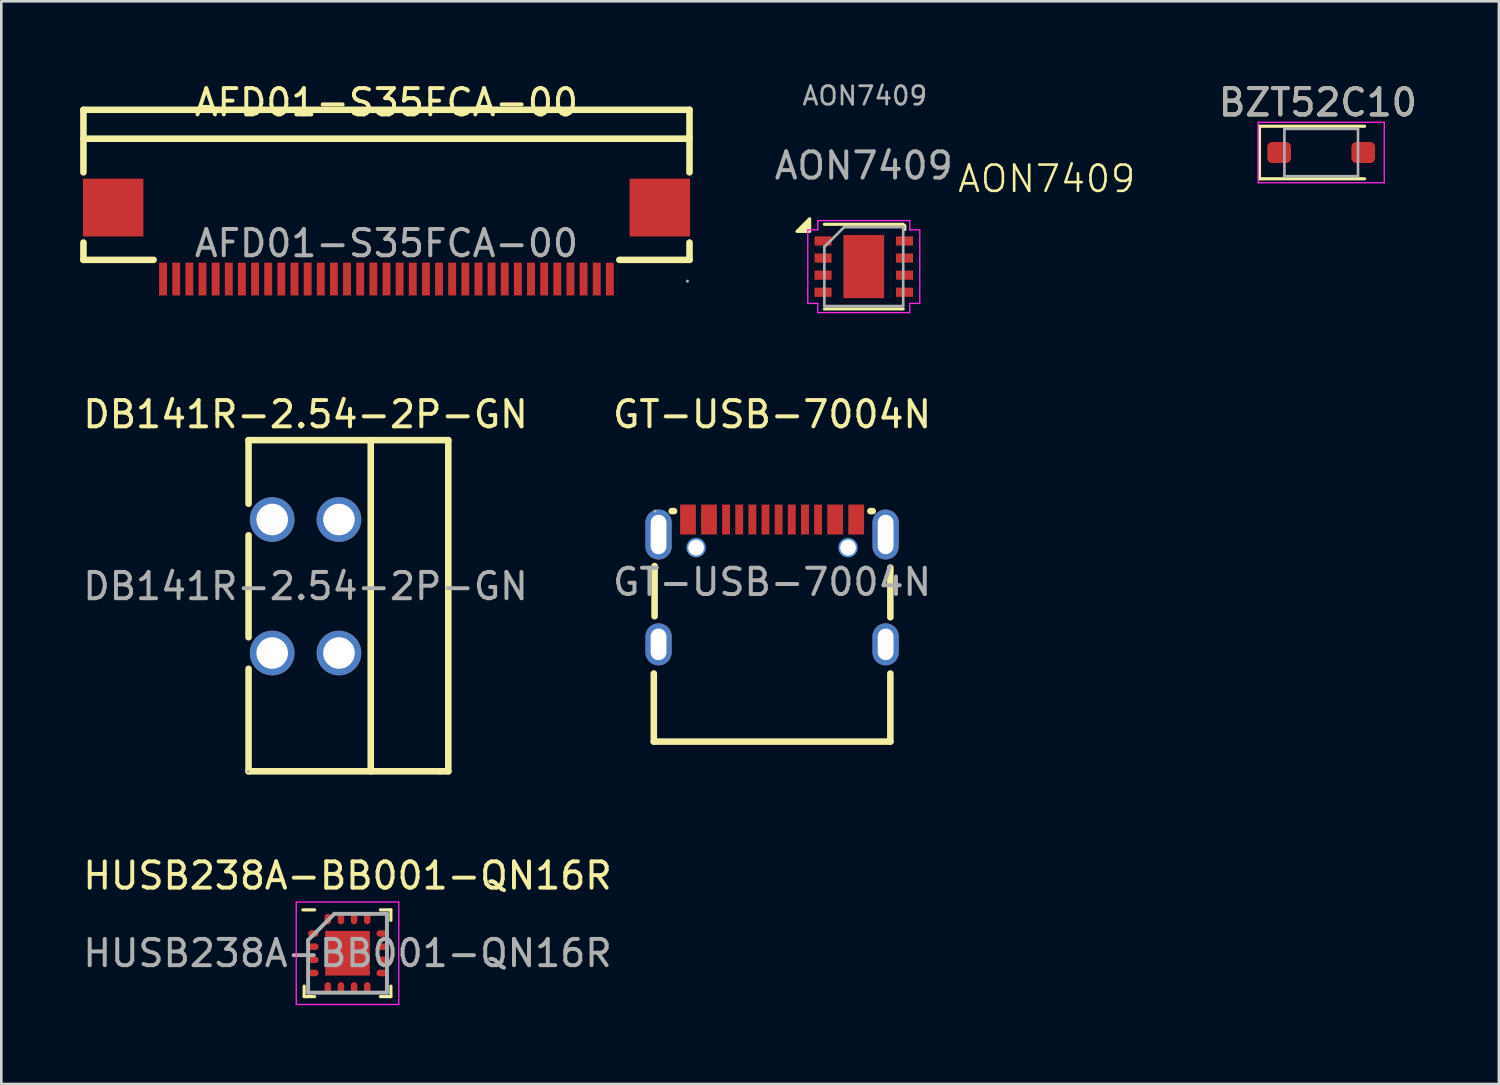
<source format=kicad_pcb>
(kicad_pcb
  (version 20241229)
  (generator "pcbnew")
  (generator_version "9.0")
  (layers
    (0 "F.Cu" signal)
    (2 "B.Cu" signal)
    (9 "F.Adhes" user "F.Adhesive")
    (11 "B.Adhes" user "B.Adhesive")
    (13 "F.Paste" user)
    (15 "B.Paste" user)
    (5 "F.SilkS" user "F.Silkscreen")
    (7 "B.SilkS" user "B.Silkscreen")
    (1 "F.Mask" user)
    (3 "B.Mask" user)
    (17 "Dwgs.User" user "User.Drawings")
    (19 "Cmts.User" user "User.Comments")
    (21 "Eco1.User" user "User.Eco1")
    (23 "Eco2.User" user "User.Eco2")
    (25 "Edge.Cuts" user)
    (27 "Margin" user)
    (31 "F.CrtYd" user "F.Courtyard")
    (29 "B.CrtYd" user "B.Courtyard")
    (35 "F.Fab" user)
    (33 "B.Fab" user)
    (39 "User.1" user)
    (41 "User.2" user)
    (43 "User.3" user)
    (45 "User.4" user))
  (footprint "HUSB238A-BB001-QN16R"
    (layer "F.Cu")
    (at 10.173 33.22)
    (property "Reference" "HUSB238A-BB001-QN16R" (at 0 -2.95 0) (layer "F.SilkS") (effects (font (size 1 1) (thickness 0.15))))
    (attr smd)
    (fp_line (start -1.65 1.65) (end -1.65 1.25) (stroke (width 0.12) (type default)) (layer "F.SilkS"))
    (fp_line (start -1.25 -1.65) (end -1.7 -1.65) (stroke (width 0.12) (type default)) (layer "F.SilkS"))
    (fp_line (start -1.25 1.65) (end -1.65 1.65) (stroke (width 0.12) (type default)) (layer "F.SilkS"))
    (fp_line (start 1.25 -1.65) (end 1.65 -1.65) (stroke (width 0.12) (type default)) (layer "F.SilkS"))
    (fp_line (start 1.25 1.65) (end 1.65 1.65) (stroke (width 0.12) (type default)) (layer "F.SilkS"))
    (fp_line (start 1.65 -1.65) (end 1.65 -1.25) (stroke (width 0.12) (type default)) (layer "F.SilkS"))
    (fp_line (start 1.65 1.65) (end 1.65 1.25) (stroke (width 0.12) (type default)) (layer "F.SilkS"))
    (fp_line (start -1.95 -1.95) (end 1.95 -1.95) (stroke (width 0.05) (type default)) (layer "F.CrtYd"))
    (fp_line (start -1.95 1.95) (end -1.95 -1.95) (stroke (width 0.05) (type default)) (layer "F.CrtYd"))
    (fp_line (start 1.95 -1.95) (end 1.95 1.95) (stroke (width 0.05) (type default)) (layer "F.CrtYd"))
    (fp_line (start 1.95 1.95) (end -1.95 1.95) (stroke (width 0.05) (type default)) (layer "F.CrtYd"))
    (fp_line (start -1.5 -0.5) (end -1.5 1.5) (stroke (width 0.15) (type default)) (layer "F.Fab"))
    (fp_line (start -1.5 1.5) (end 1.5 1.5) (stroke (width 0.15) (type default)) (layer "F.Fab"))
    (fp_line (start -0.5 -1.5) (end -1.5 -0.5) (stroke (width 0.15) (type default)) (layer "F.Fab"))
    (fp_line (start 1.5 -1.5) (end -0.5 -1.5) (stroke (width 0.15) (type default)) (layer "F.Fab"))
    (fp_line (start 1.5 1.5) (end 1.5 -1.5) (stroke (width 0.15) (type default)) (layer "F.Fab"))
    (fp_text user "${REFERENCE}" (at 0 0 0) (layer "F.Fab") (effects (font (size 1 1) (thickness 0.15))))
    (pad "" smd rect (at -0.637 -0.637) (size 0.000001 0.000001) (layers "F.Paste"))
    (pad "" smd rect (at -0.637 -0.212) (size 0.000001 0.000001) (layers "F.Paste"))
    (pad "" smd rect (at -0.637 0.212) (size 0.000001 0.000001) (layers "F.Paste"))
    (pad "" smd rect (at -0.637 0.637) (size 0.000001 0.000001) (layers "F.Paste"))
    (pad "" smd rect (at -0.212 -0.637) (size 0.000001 0.000001) (layers "F.Paste"))
    (pad "" smd rect (at -0.212 -0.212) (size 0.000001 0.000001) (layers "F.Paste"))
    (pad "" smd rect (at -0.212 0.212) (size 0.000001 0.000001) (layers "F.Paste"))
    (pad "" smd rect (at -0.212 0.637) (size 0.000001 0.000001) (layers "F.Paste"))
    (pad "" smd rect (at 0.212 -0.637) (size 0.000001 0.000001) (layers "F.Paste"))
    (pad "" smd rect (at 0.212 -0.212) (size 0.000001 0.000001) (layers "F.Paste"))
    (pad "" smd rect (at 0.212 0.212) (size 0.000001 0.000001) (layers "F.Paste"))
    (pad "" smd rect (at 0.212 0.637) (size 0.000001 0.000001) (layers "F.Paste"))
    (pad "" smd rect (at 0.637 -0.637) (size 0.000001 0.000001) (layers "F.Paste"))
    (pad "" smd rect (at 0.637 -0.212) (size 0.000001 0.000001) (layers "F.Paste"))
    (pad "" smd rect (at 0.637 0.212) (size 0.000001 0.000001) (layers "F.Paste"))
    (pad "" smd rect (at 0.637 0.637) (size 0.000001 0.000001) (layers "F.Paste"))
    (pad "1" smd oval (at -1.3 -0.75 90) (size 0.25 0.4) (layers "F.Cu" "F.Mask" "F.Paste"))
    (pad "2" smd oval (at -1.3 -0.25 90) (size 0.25 0.4) (layers "F.Cu" "F.Mask" "F.Paste"))
    (pad "3" smd oval (at -1.3 0.25 90) (size 0.25 0.4) (layers "F.Cu" "F.Mask" "F.Paste"))
    (pad "4" smd oval (at -1.3 0.75 90) (size 0.25 0.4) (layers "F.Cu" "F.Mask" "F.Paste"))
    (pad "5" smd oval (at -0.75 1.3) (size 0.25 0.4) (layers "F.Cu" "F.Mask" "F.Paste"))
    (pad "6" smd oval (at -0.25 1.3) (size 0.25 0.4) (layers "F.Cu" "F.Mask" "F.Paste"))
    (pad "7" smd oval (at 0.25 1.3) (size 0.25 0.4) (layers "F.Cu" "F.Mask" "F.Paste"))
    (pad "8" smd oval (at 0.75 1.3) (size 0.25 0.4) (layers "F.Cu" "F.Mask" "F.Paste"))
    (pad "9" smd oval (at 1.3 0.75 90) (size 0.25 0.4) (layers "F.Cu" "F.Mask" "F.Paste"))
    (pad "10" smd oval (at 1.3 0.25 90) (size 0.25 0.4) (layers "F.Cu" "F.Mask" "F.Paste"))
    (pad "11" smd oval (at 1.3 -0.25 90) (size 0.25 0.4) (layers "F.Cu" "F.Mask" "F.Paste"))
    (pad "12" smd oval (at 1.3 -0.75 90) (size 0.25 0.4) (layers "F.Cu" "F.Mask" "F.Paste"))
    (pad "13" smd oval (at 0.75 -1.3) (size 0.25 0.4) (layers "F.Cu" "F.Mask" "F.Paste"))
    (pad "14" smd oval (at 0.25 -1.3) (size 0.25 0.4) (layers "F.Cu" "F.Mask" "F.Paste"))
    (pad "15" smd oval (at -0.25 -1.3) (size 0.25 0.4) (layers "F.Cu" "F.Mask" "F.Paste"))
    (pad "16" smd oval (at -0.75 -1.3) (size 0.25 0.4) (layers "F.Cu" "F.Mask" "F.Paste"))
    (pad "17" smd rect (at 0 0) (size 1.7 1.7) (layers "F.Cu" "F.Mask")))
  (footprint "AFD01-S35FCA-00"
    (layer "F.Cu")
    (at 11.655 6.208)
    (property "Reference" "AFD01-S35FCA-00" (at 0 -5.36 0) (layer "F.SilkS") (effects (font (size 1 1) (thickness 0.15))))
    (attr smd)
    (fp_line (start -11.53 -5.08) (end -11.53 -2.7) (stroke (width 0.25) (type solid)) (layer "F.SilkS"))
    (fp_line (start -11.53 -5.08) (end 11.53 -5.08) (stroke (width 0.25) (type solid)) (layer "F.SilkS"))
    (fp_line (start -11.53 -3.98) (end 11.53 -3.98) (stroke (width 0.25) (type solid)) (layer "F.SilkS"))
    (fp_line (start -11.53 -0.03) (end -11.53 0.63) (stroke (width 0.25) (type solid)) (layer "F.SilkS"))
    (fp_line (start -11.53 0.63) (end -8.86 0.63) (stroke (width 0.25) (type solid)) (layer "F.SilkS"))
    (fp_line (start 11.53 -5.08) (end 11.53 -2.7) (stroke (width 0.25) (type solid)) (layer "F.SilkS"))
    (fp_line (start 11.53 -0.03) (end 11.53 0.63) (stroke (width 0.25) (type solid)) (layer "F.SilkS"))
    (fp_line (start 11.53 0.63) (end 8.86 0.63) (stroke (width 0.25) (type solid)) (layer "F.SilkS"))
    (fp_circle (center 11.45 1.44) (end 11.48 1.44) (stroke (width 0.06) (type solid)) (fill no) (layer "F.Fab"))
    (fp_text user "${REFERENCE}" (at 0 0 0) (layer "F.Fab") (effects (font (size 1 1) (thickness 0.15))))
    (pad "1" smd rect (at 8.5 1.36) (size 0.3 1.25) (layers "F.Cu" "F.Mask" "F.Paste"))
    (pad "2" smd rect (at 8 1.36) (size 0.3 1.25) (layers "F.Cu" "F.Mask" "F.Paste"))
    (pad "3" smd rect (at 7.5 1.36) (size 0.3 1.25) (layers "F.Cu" "F.Mask" "F.Paste"))
    (pad "4" smd rect (at 7 1.36) (size 0.3 1.25) (layers "F.Cu" "F.Mask" "F.Paste"))
    (pad "5" smd rect (at 6.5 1.36) (size 0.3 1.25) (layers "F.Cu" "F.Mask" "F.Paste"))
    (pad "6" smd rect (at 6 1.36) (size 0.3 1.25) (layers "F.Cu" "F.Mask" "F.Paste"))
    (pad "7" smd rect (at 5.5 1.36) (size 0.3 1.25) (layers "F.Cu" "F.Mask" "F.Paste"))
    (pad "8" smd rect (at 5 1.36) (size 0.3 1.25) (layers "F.Cu" "F.Mask" "F.Paste"))
    (pad "9" smd rect (at 4.5 1.36) (size 0.3 1.25) (layers "F.Cu" "F.Mask" "F.Paste"))
    (pad "10" smd rect (at 4 1.36) (size 0.3 1.25) (layers "F.Cu" "F.Mask" "F.Paste"))
    (pad "11" smd rect (at 3.5 1.36) (size 0.3 1.25) (layers "F.Cu" "F.Mask" "F.Paste"))
    (pad "12" smd rect (at 3 1.36) (size 0.3 1.25) (layers "F.Cu" "F.Mask" "F.Paste"))
    (pad "13" smd rect (at 2.5 1.36) (size 0.3 1.25) (layers "F.Cu" "F.Mask" "F.Paste"))
    (pad "14" smd rect (at 2 1.36) (size 0.3 1.25) (layers "F.Cu" "F.Mask" "F.Paste"))
    (pad "15" smd rect (at 1.5 1.36) (size 0.3 1.25) (layers "F.Cu" "F.Mask" "F.Paste"))
    (pad "16" smd rect (at 1 1.36) (size 0.3 1.25) (layers "F.Cu" "F.Mask" "F.Paste"))
    (pad "17" smd rect (at 0.5 1.36) (size 0.3 1.25) (layers "F.Cu" "F.Mask" "F.Paste"))
    (pad "18" smd rect (at 0 1.36) (size 0.3 1.25) (layers "F.Cu" "F.Mask" "F.Paste"))
    (pad "19" smd rect (at -0.5 1.36) (size 0.3 1.25) (layers "F.Cu" "F.Mask" "F.Paste"))
    (pad "20" smd rect (at -1 1.36) (size 0.3 1.25) (layers "F.Cu" "F.Mask" "F.Paste"))
    (pad "21" smd rect (at -1.5 1.36) (size 0.3 1.25) (layers "F.Cu" "F.Mask" "F.Paste"))
    (pad "22" smd rect (at -2 1.36) (size 0.3 1.25) (layers "F.Cu" "F.Mask" "F.Paste"))
    (pad "23" smd rect (at -2.5 1.36) (size 0.3 1.25) (layers "F.Cu" "F.Mask" "F.Paste"))
    (pad "24" smd rect (at -3 1.36) (size 0.3 1.25) (layers "F.Cu" "F.Mask" "F.Paste"))
    (pad "25" smd rect (at -3.5 1.36) (size 0.3 1.25) (layers "F.Cu" "F.Mask" "F.Paste"))
    (pad "26" smd rect (at -4 1.36) (size 0.3 1.25) (layers "F.Cu" "F.Mask" "F.Paste"))
    (pad "27" smd rect (at -4.5 1.36) (size 0.3 1.25) (layers "F.Cu" "F.Mask" "F.Paste"))
    (pad "28" smd rect (at -5 1.36) (size 0.3 1.25) (layers "F.Cu" "F.Mask" "F.Paste"))
    (pad "29" smd rect (at -5.5 1.36) (size 0.3 1.25) (layers "F.Cu" "F.Mask" "F.Paste"))
    (pad "30" smd rect (at -6 1.36) (size 0.3 1.25) (layers "F.Cu" "F.Mask" "F.Paste"))
    (pad "31" smd rect (at -6.5 1.36) (size 0.3 1.25) (layers "F.Cu" "F.Mask" "F.Paste"))
    (pad "32" smd rect (at -7 1.36) (size 0.3 1.25) (layers "F.Cu" "F.Mask" "F.Paste"))
    (pad "33" smd rect (at -7.5 1.36) (size 0.3 1.25) (layers "F.Cu" "F.Mask" "F.Paste"))
    (pad "34" smd rect (at -8 1.36) (size 0.3 1.25) (layers "F.Cu" "F.Mask" "F.Paste"))
    (pad "35" smd rect (at -8.5 1.36) (size 0.3 1.25) (layers "F.Cu" "F.Mask" "F.Paste"))
    (pad "36" smd rect (at -10.4 -1.36) (size 2.3 2.2) (layers "F.Cu" "F.Mask" "F.Paste"))
    (pad "37" smd rect (at 10.4 -1.36) (size 2.3 2.2) (layers "F.Cu" "F.Mask" "F.Paste")))
  (footprint "BZT52C10"
    (layer "F.Cu")
    (at 45.621 2.753)
    (property "Reference" "BZT52C10" (at 1.473 -1.905 0) (layer "F.SilkS") (effects (font (size 1 1) (thickness 0.15))))
    (attr smd)
    (fp_line (start -0.75 -1) (end -0.75 1) (stroke (width 0.12) (type solid)) (layer "F.SilkS"))
    (fp_line (start -0.75 -1) (end 3.25 -1) (stroke (width 0.12) (type solid)) (layer "F.SilkS"))
    (fp_line (start -0.75 1) (end 3.25 1) (stroke (width 0.12) (type solid)) (layer "F.SilkS"))
    (fp_line (start -0.8 -1.15) (end -0.8 1.15) (stroke (width 0.05) (type solid)) (layer "F.CrtYd"))
    (fp_line (start -0.8 -1.15) (end 4 -1.15) (stroke (width 0.05) (type solid)) (layer "F.CrtYd"))
    (fp_line (start 4 -1.15) (end 4 1.15) (stroke (width 0.05) (type solid)) (layer "F.CrtYd"))
    (fp_line (start 4 1.15) (end -0.8 1.15) (stroke (width 0.05) (type solid)) (layer "F.CrtYd"))
    (fp_line (start 0.2 -0.9) (end 3 -0.9) (stroke (width 0.1) (type solid)) (layer "F.Fab"))
    (fp_line (start 0.2 0.9) (end 0.2 -0.9) (stroke (width 0.1) (type solid)) (layer "F.Fab"))
    (fp_line (start 3 -0.9) (end 3 0.9) (stroke (width 0.1) (type solid)) (layer "F.Fab"))
    (fp_line (start 3 0.9) (end 0.2 0.9) (stroke (width 0.1) (type solid)) (layer "F.Fab"))
    (fp_text user "${REFERENCE}" (at 1.473 -1.905 0) (layer "F.Fab") (effects (font (size 1 1) (thickness 0.15))))
    (pad "1" smd roundrect (at 0 0) (size 0.9 0.8) (layers "F.Cu" "F.Mask" "F.Paste") (roundrect_rratio 0.227))
    (pad "2" smd roundrect (at 3.2 0 180) (size 0.9 0.8) (layers "F.Cu" "F.Mask" "F.Paste") (roundrect_rratio 0.227)))
  (footprint "AON7409"
    (layer "F.Cu")
    (at 29.776 7.254)
    (property "Reference" "AON7409" (at 7 -3.5 0) (unlocked yes) (layer "F.SilkS") (effects (font (size 1 1) (thickness 0.1))))
    (attr smd)
    (fp_line (start -1.46 -1.77) (end 1.54 -1.77) (stroke (width 0.12) (type solid)) (layer "F.SilkS"))
    (fp_line (start -1.46 1.45) (end 1.54 1.45) (stroke (width 0.12) (type solid)) (layer "F.SilkS"))
    (fp_line (start 1.6 -1.72) (end 1.6 -1.57) (stroke (width 0.12) (type solid)) (layer "F.SilkS"))
    (fp_poly (pts (xy -2.02 -1.5) (xy -2.5 -1.5) (xy -2.02 -1.98) (xy -2.02 -1.5)) (stroke (width 0.12) (type solid)) (fill yes) (layer "F.SilkS"))
    (fp_line (start -2.09 -1.56) (end -2.09 1.24) (stroke (width 0.05) (type solid)) (layer "F.CrtYd"))
    (fp_line (start -1.71 -1.91) (end -1.71 -1.56) (stroke (width 0.05) (type solid)) (layer "F.CrtYd"))
    (fp_line (start -1.71 -1.91) (end 1.79 -1.91) (stroke (width 0.05) (type solid)) (layer "F.CrtYd"))
    (fp_line (start -1.71 -1.56) (end -2.09 -1.56) (stroke (width 0.05) (type solid)) (layer "F.CrtYd"))
    (fp_line (start -1.71 1.24) (end -2.09 1.24) (stroke (width 0.05) (type solid)) (layer "F.CrtYd"))
    (fp_line (start -1.71 1.59) (end -1.71 1.24) (stroke (width 0.05) (type solid)) (layer "F.CrtYd"))
    (fp_line (start -1.71 1.59) (end 1.79 1.59) (stroke (width 0.05) (type solid)) (layer "F.CrtYd"))
    (fp_line (start 1.79 -1.91) (end 1.79 -1.56) (stroke (width 0.05) (type solid)) (layer "F.CrtYd"))
    (fp_line (start 1.79 -1.56) (end 2.17 -1.56) (stroke (width 0.05) (type solid)) (layer "F.CrtYd"))
    (fp_line (start 1.79 1.24) (end 2.17 1.24) (stroke (width 0.05) (type solid)) (layer "F.CrtYd"))
    (fp_line (start 1.79 1.59) (end 1.79 1.24) (stroke (width 0.05) (type solid)) (layer "F.CrtYd"))
    (fp_line (start 2.17 -1.56) (end 2.17 1.24) (stroke (width 0.05) (type solid)) (layer "F.CrtYd"))
    (fp_line (start -1.46 -0.91) (end -0.71 -1.66) (stroke (width 0.1) (type solid)) (layer "F.Fab"))
    (fp_line (start -1.46 1.34) (end -1.46 -0.91) (stroke (width 0.1) (type solid)) (layer "F.Fab"))
    (fp_line (start -0.71 -1.66) (end 1.54 -1.66) (stroke (width 0.1) (type solid)) (layer "F.Fab"))
    (fp_line (start 1.54 -1.66) (end 1.54 1.34) (stroke (width 0.1) (type solid)) (layer "F.Fab"))
    (fp_line (start 1.54 1.34) (end -1.46 1.34) (stroke (width 0.1) (type solid)) (layer "F.Fab"))
    (fp_text user "${REFERENCE}" (at 0.04 -4 0) (unlocked yes) (layer "F.Fab") (effects (font (size 1 1) (thickness 0.15))))
    (fp_text user "${REFERENCE}" (at 0.08 -6.66 0) (layer "F.Fab") (effects (font (size 0.7 0.7) (thickness 0.105))))
    (pad "" smd rect (at -0.347 -0.76) (size 0.6 1) (layers "F.Paste"))
    (pad "" smd rect (at -0.347 0.44) (size 0.6 1) (layers "F.Paste"))
    (pad "" smd rect (at 0.427 -0.76) (size 0.6 1) (layers "F.Paste"))
    (pad "" smd rect (at 0.427 0.44) (size 0.6 1) (layers "F.Paste"))
    (pad "1" smd rect (at -1.51 -1.135) (size 0.65 0.35) (layers "F.Cu" "F.Mask" "F.Paste"))
    (pad "2" smd rect (at -1.51 -0.485) (size 0.65 0.35) (layers "F.Cu" "F.Mask" "F.Paste"))
    (pad "3" smd rect (at -1.51 0.165) (size 0.65 0.35) (layers "F.Cu" "F.Mask" "F.Paste"))
    (pad "4" smd rect (at -1.51 0.815) (size 0.65 0.35) (layers "F.Cu" "F.Mask" "F.Paste"))
    (pad "5" smd rect (at 1.59 0.815) (size 0.65 0.35) (layers "F.Cu" "F.Mask" "F.Paste"))
    (pad "6" smd rect (at 1.59 0.165) (size 0.65 0.35) (layers "F.Cu" "F.Mask" "F.Paste"))
    (pad "7" smd rect (at 1.59 -0.485) (size 0.65 0.35) (layers "F.Cu" "F.Mask" "F.Paste"))
    (pad "8" smd rect (at 1.59 -1.135) (size 0.65 0.35) (layers "F.Cu" "F.Mask" "F.Paste"))
    (pad "9" smd rect (at 0.04 -0.16) (size 1.55 2.4) (layers "F.Cu" "F.Mask")))
  (footprint "DB141R-2.54-2P-GN"
    (layer "F.Cu")
    (at 8.577 19.257)
    (property "Reference" "DB141R-2.54-2P-GN" (at 0 -6.54 0) (layer "F.SilkS") (effects (font (size 1 1) (thickness 0.15))))
    (attr through_hole)
    (fp_line (start -2.17 -5.56) (end -2.17 -3.14) (stroke (width 0.25) (type solid)) (layer "F.SilkS"))
    (fp_line (start -2.17 -5.56) (end 5.43 -5.56) (stroke (width 0.25) (type solid)) (layer "F.SilkS"))
    (fp_line (start -2.17 -1.94) (end -2.17 1.94) (stroke (width 0.25) (type solid)) (layer "F.SilkS"))
    (fp_line (start -2.17 3.14) (end -2.17 7.04) (stroke (width 0.25) (type solid)) (layer "F.SilkS"))
    (fp_line (start -2.17 7.04) (end 5.12 7.04) (stroke (width 0.25) (type solid)) (layer "F.SilkS"))
    (fp_line (start 2.48 -5.56) (end 2.48 7.04) (stroke (width 0.25) (type solid)) (layer "F.SilkS"))
    (fp_line (start 5.12 7.04) (end 5.43 7.04) (stroke (width 0.25) (type solid)) (layer "F.SilkS"))
    (fp_line (start 5.43 -5.56) (end 5.43 7.04) (stroke (width 0.25) (type solid)) (layer "F.SilkS"))
    (fp_circle (center -2.19 7.04) (end -2.16 7.04) (stroke (width 0.06) (type solid)) (fill no) (layer "F.Fab"))
    (fp_text user "${REFERENCE}" (at 0 0 0) (layer "F.Fab") (effects (font (size 1 1) (thickness 0.15))))
    (pad "1" thru_hole circle (at -1.27 -2.54) (size 1.7 1.7) (drill 1.2) (layers "*.Cu" "*.Mask"))
    (pad "1" thru_hole circle (at -1.27 2.54) (size 1.7 1.7) (drill 1.2) (layers "*.Cu" "*.Mask"))
    (pad "2" thru_hole circle (at 1.27 -2.54) (size 1.7 1.7) (drill 1.2) (layers "*.Cu" "*.Mask"))
    (pad "2" thru_hole circle (at 1.27 2.54) (size 1.7 1.7) (drill 1.2) (layers "*.Cu" "*.Mask")))
  (footprint "GT-USB-7004N"
    (layer "F.Cu")
    (at 26.327 19.097)
    (property "Reference" "GT-USB-7004N" (at 0 -6.38 0) (layer "F.SilkS") (effects (font (size 1 1) (thickness 0.15))))
    (attr smd)
    (fp_line (start -4.5 6.07) (end -4.5 3.48) (stroke (width 0.25) (type solid)) (layer "F.SilkS"))
    (fp_line (start -4.47 1.3) (end -4.47 -0.61) (stroke (width 0.25) (type solid)) (layer "F.SilkS"))
    (fp_line (start -3.73 -2.7) (end -3.82 -2.7) (stroke (width 0.25) (type solid)) (layer "F.SilkS"))
    (fp_line (start 3.83 -2.7) (end 3.74 -2.7) (stroke (width 0.25) (type solid)) (layer "F.SilkS"))
    (fp_line (start 4.5 1.34) (end 4.5 -0.55) (stroke (width 0.25) (type solid)) (layer "F.SilkS"))
    (fp_line (start 4.5 6.07) (end -4.5 6.07) (stroke (width 0.25) (type solid)) (layer "F.SilkS"))
    (fp_line (start 4.5 6.07) (end 4.5 3.48) (stroke (width 0.25) (type solid)) (layer "F.SilkS"))
    (fp_circle (center -2.89 -1.31) (end -2.77 -1.31) (stroke (width 0.25) (type solid)) (fill no) (layer "Cmts.User"))
    (fp_circle (center 2.89 -1.31) (end 3.01 -1.31) (stroke (width 0.25) (type solid)) (fill no) (layer "Cmts.User"))
    (fp_circle (center -4.45 -2.7) (end -4.42 -2.7) (stroke (width 0.06) (type solid)) (fill no) (layer "F.Fab"))
    (fp_text user "${REFERENCE}" (at 0 0 0) (layer "F.Fab") (effects (font (size 1 1) (thickness 0.15))))
    (pad "" thru_hole circle (at -2.89 -1.31) (size 0.6 0.6) (drill 0.6) (layers "*.Cu" "*.Mask"))
    (pad "" thru_hole circle (at 2.89 -1.31) (size 0.6 0.6) (drill 0.6) (layers "*.Cu" "*.Mask"))
    (pad "1" thru_hole oval (at -4.32 -1.81) (size 1 1.9) (drill oval 0.6 1.5) (layers "*.Cu" "*.Mask"))
    (pad "2" thru_hole oval (at 4.32 -1.81) (size 1 1.9) (drill oval 0.6 1.5) (layers "*.Cu" "*.Mask"))
    (pad "3" thru_hole oval (at 4.32 2.37) (size 1 1.6) (drill oval 0.6 1.2) (layers "*.Cu" "*.Mask"))
    (pad "4" thru_hole oval (at -4.32 2.37) (size 1 1.6) (drill oval 0.6 1.2) (layers "*.Cu" "*.Mask"))
    (pad "A1B12" smd rect (at -3.2 -2.38) (size 0.6 1.14) (layers "F.Cu" "F.Mask" "F.Paste"))
    (pad "A4B9" smd rect (at -2.4 -2.38) (size 0.6 1.14) (layers "F.Cu" "F.Mask" "F.Paste"))
    (pad "A5" smd rect (at -1.25 -2.38) (size 0.3 1.14) (layers "F.Cu" "F.Mask" "F.Paste"))
    (pad "A6" smd rect (at -0.25 -2.38) (size 0.3 1.14) (layers "F.Cu" "F.Mask" "F.Paste"))
    (pad "A7" smd rect (at 0.25 -2.38) (size 0.3 1.14) (layers "F.Cu" "F.Mask" "F.Paste"))
    (pad "A8" smd rect (at 1.25 -2.38) (size 0.3 1.14) (layers "F.Cu" "F.Mask" "F.Paste"))
    (pad "B1A12" smd rect (at 3.2 -2.38) (size 0.6 1.14) (layers "F.Cu" "F.Mask" "F.Paste"))
    (pad "B4A9" smd rect (at 2.4 -2.38) (size 0.6 1.14) (layers "F.Cu" "F.Mask" "F.Paste"))
    (pad "B5" smd rect (at 1.75 -2.38) (size 0.3 1.14) (layers "F.Cu" "F.Mask" "F.Paste"))
    (pad "B6" smd rect (at 0.75 -2.38) (size 0.3 1.14) (layers "F.Cu" "F.Mask" "F.Paste"))
    (pad "B7" smd rect (at -0.75 -2.38) (size 0.3 1.14) (layers "F.Cu" "F.Mask" "F.Paste"))
    (pad "B8" smd rect (at -1.75 -2.38) (size 0.3 1.14) (layers "F.Cu" "F.Mask" "F.Paste")))
  (gr_rect
    (start -3 -3)
    (end 53.981 38.195)
    (stroke (width 0.1) (type default))
    (fill no)
    (layer "Edge.Cuts")))
</source>
